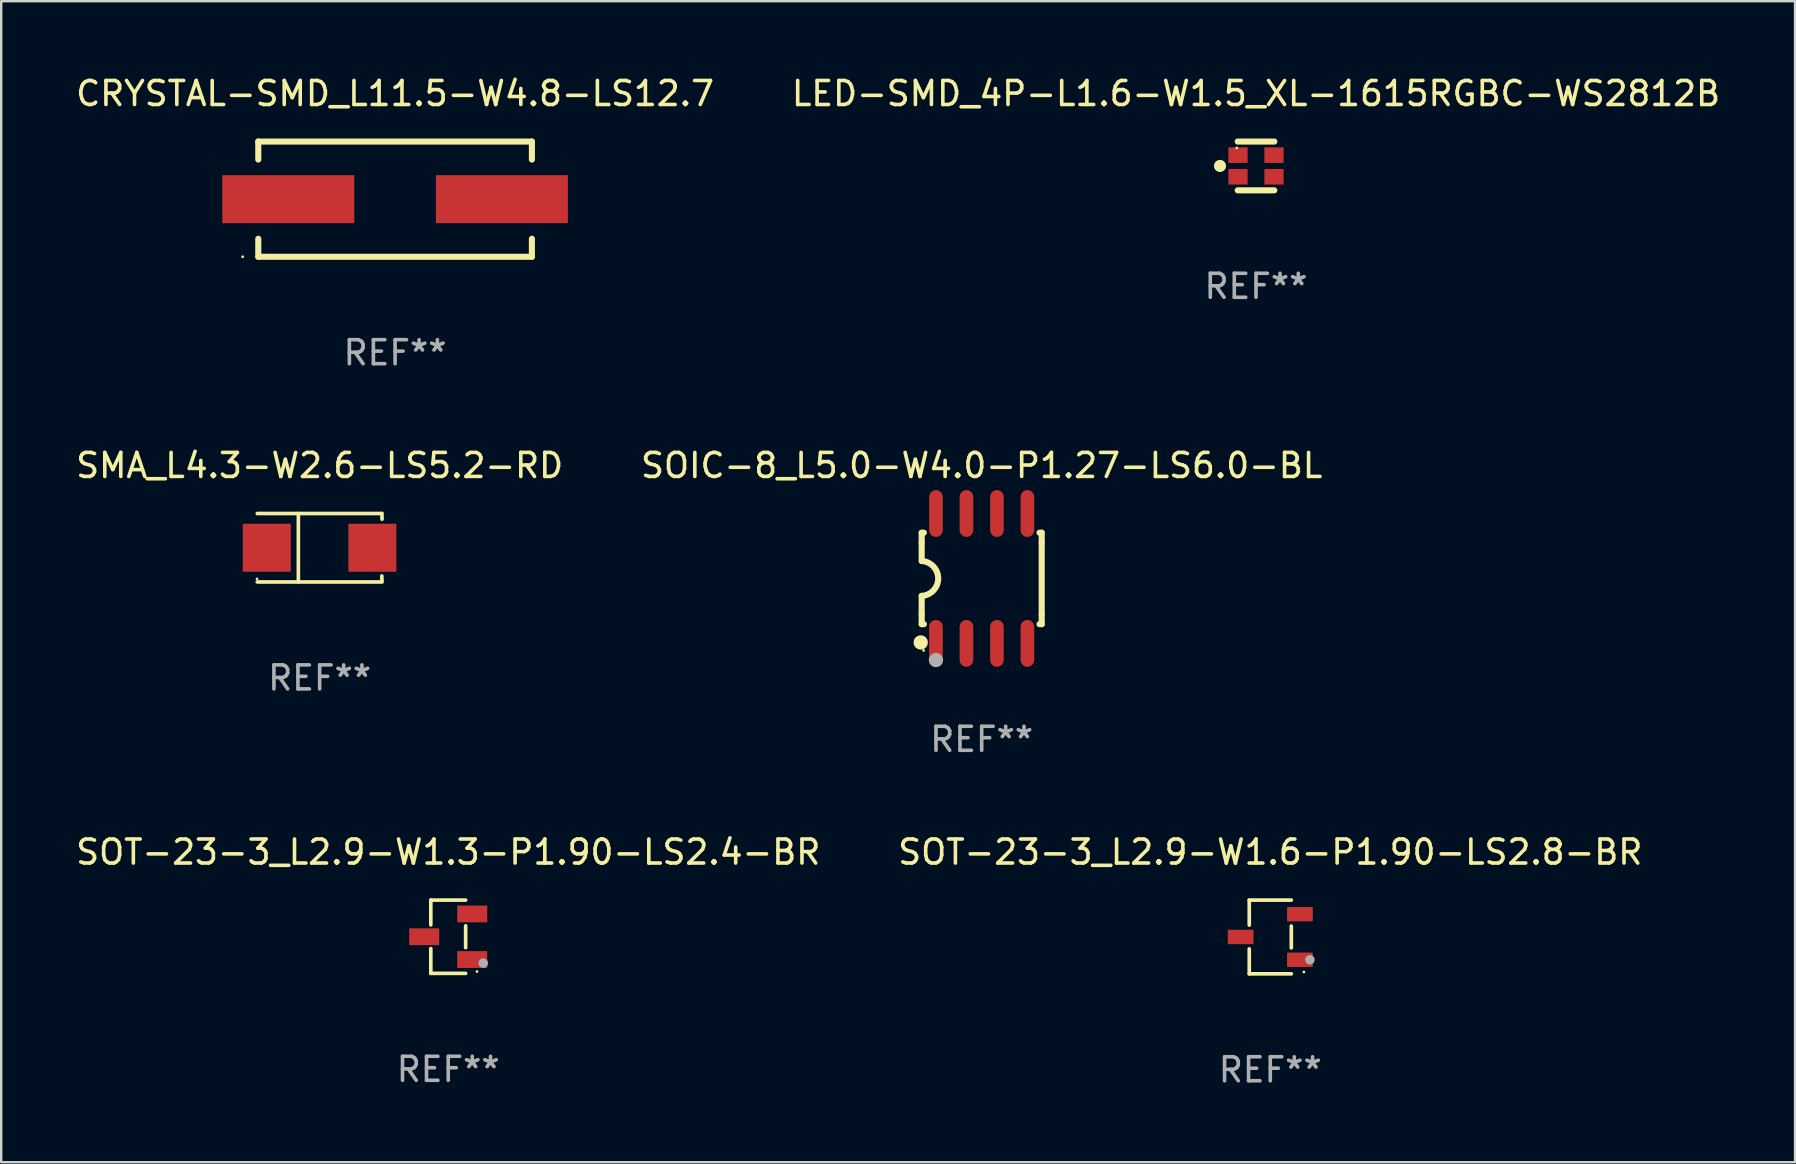
<source format=kicad_pcb>
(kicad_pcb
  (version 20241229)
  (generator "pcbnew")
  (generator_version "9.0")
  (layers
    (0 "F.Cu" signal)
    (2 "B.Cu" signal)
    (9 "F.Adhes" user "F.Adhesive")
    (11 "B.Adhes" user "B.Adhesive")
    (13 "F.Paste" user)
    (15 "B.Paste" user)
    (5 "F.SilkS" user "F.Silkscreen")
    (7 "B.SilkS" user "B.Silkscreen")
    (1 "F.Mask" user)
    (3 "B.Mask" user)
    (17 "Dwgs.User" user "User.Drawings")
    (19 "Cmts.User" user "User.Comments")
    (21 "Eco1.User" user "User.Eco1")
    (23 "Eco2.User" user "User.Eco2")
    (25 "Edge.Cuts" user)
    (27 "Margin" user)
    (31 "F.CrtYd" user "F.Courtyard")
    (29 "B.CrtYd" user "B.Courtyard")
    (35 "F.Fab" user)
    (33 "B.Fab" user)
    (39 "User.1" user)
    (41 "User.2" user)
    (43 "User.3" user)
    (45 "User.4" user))
  (footprint "CRYSTAL-SMD_L11.5-W4.8-LS12.7"
    (layer "F.Cu")
    (at 13.411 5.248)
    (property "Reference" "CRYSTAL-SMD_L11.5-W4.8-LS12.7" (at 0.000051 -4.4 0) (layer "F.SilkS") (effects (font (size 1 1) (thickness 0.15))))
    (attr smd)
    (fp_line (start -5.7 -2.4) (end -5.7 -1.65) (stroke (width 0.254) (type solid)) (layer "F.SilkS"))
    (fp_line (start -5.7 2.4) (end -5.7 1.65) (stroke (width 0.254) (type solid)) (layer "F.SilkS"))
    (fp_line (start 5.7 -2.4) (end -5.7 -2.4) (stroke (width 0.254) (type solid)) (layer "F.SilkS"))
    (fp_line (start 5.7 -1.65) (end 5.7 -2.4) (stroke (width 0.254) (type solid)) (layer "F.SilkS"))
    (fp_line (start 5.7 1.65) (end 5.7 2.4) (stroke (width 0.254) (type solid)) (layer "F.SilkS"))
    (fp_line (start 5.7 2.4) (end -5.7 2.4) (stroke (width 0.254) (type solid)) (layer "F.SilkS"))
    (fp_circle (center -6.35 2.4) (end -6.32 2.4) (stroke (width 0.06) (type solid)) (fill no) (layer "F.SilkS"))
    (fp_text user "REF**" (at 0.000051 6.4 0) (layer "F.Fab") (effects (font (size 1 1) (thickness 0.15))))
    (pad "1" smd rect (at -4.45 0) (size 5.5 2) (layers "F.Cu" "F.Mask" "F.Paste"))
    (pad "2" smd rect (at 4.45 0) (size 5.5 2) (layers "F.Cu" "F.Mask" "F.Paste")))
  (footprint "SOT-23-3_L2.9-W1.3-P1.90-LS2.4-BR"
    (layer "F.Cu")
    (at 15.625 35.978)
    (property "Reference" "SOT-23-3_L2.9-W1.3-P1.90-LS2.4-BR" (at 0 -3.526 0) (layer "F.SilkS") (effects (font (size 1 1) (thickness 0.15))))
    (attr smd)
    (fp_line (start -0.726 -1.526) (end -0.726 -0.495) (stroke (width 0.152) (type solid)) (layer "F.SilkS"))
    (fp_line (start -0.726 1.526) (end -0.726 0.495) (stroke (width 0.152) (type solid)) (layer "F.SilkS"))
    (fp_line (start 0.726 -1.526) (end -0.726 -1.526) (stroke (width 0.152) (type solid)) (layer "F.SilkS"))
    (fp_line (start 0.726 -0.455) (end 0.726 0.455) (stroke (width 0.152) (type solid)) (layer "F.SilkS"))
    (fp_line (start 0.726 1.526) (end -0.726 1.526) (stroke (width 0.152) (type solid)) (layer "F.SilkS"))
    (fp_circle (center 1.2 1.45) (end 1.23 1.45) (stroke (width 0.06) (type solid)) (fill no) (layer "F.SilkS"))
    (fp_circle (center 1.46 1.1) (end 1.56 1.1) (stroke (width 0.2) (type solid)) (fill no) (layer "F.Fab"))
    (fp_text user "REF**" (at 0 5.526 0) (layer "F.Fab") (effects (font (size 1 1) (thickness 0.15))))
    (pad "1" smd rect (at 1 0.95) (size 1.25 0.7) (layers "F.Cu" "F.Mask" "F.Paste"))
    (pad "2" smd rect (at 1 -0.95) (size 1.25 0.7) (layers "F.Cu" "F.Mask" "F.Paste"))
    (pad "3" smd rect (at -1 0) (size 1.25 0.7) (layers "F.Cu" "F.Mask" "F.Paste")))
  (footprint "LED-SMD_4P-L1.6-W1.5_XL-1615RGBC-WS2812B"
    (layer "F.Cu")
    (at 49.28 3.864)
    (property "Reference" "LED-SMD_4P-L1.6-W1.5_XL-1615RGBC-WS2812B" (at 0 -3.016 0) (layer "F.SilkS") (effects (font (size 1 1) (thickness 0.15))))
    (attr smd)
    (fp_line (start -0.762 1.016) (end 0.762 1.016) (stroke (width 0.254) (type solid)) (layer "F.SilkS"))
    (fp_line (start 0.762 -1.016) (end -0.762 -1.016) (stroke (width 0.254) (type solid)) (layer "F.SilkS"))
    (fp_circle (center -1.5 0) (end -1.373 0) (stroke (width 0.254) (type solid)) (fill no) (layer "F.SilkS"))
    (fp_circle (center -0.8 -0.75) (end -0.77 -0.75) (stroke (width 0.06) (type solid)) (fill no) (layer "F.SilkS"))
    (fp_text user "REF**" (at 0 5.016 0) (layer "F.Fab") (effects (font (size 1 1) (thickness 0.15))))
    (pad "1" smd rect (at -0.75 -0.45 180) (size 0.8 0.65) (layers "F.Cu" "F.Mask" "F.Paste"))
    (pad "2" smd rect (at 0.75 -0.45 180) (size 0.8 0.65) (layers "F.Cu" "F.Mask" "F.Paste"))
    (pad "3" smd rect (at -0.75 0.45 180) (size 0.8 0.65) (layers "F.Cu" "F.Mask" "F.Paste"))
    (pad "4" smd rect (at 0.75 0.45 180) (size 0.8 0.65) (layers "F.Cu" "F.Mask" "F.Paste")))
  (footprint "SOT-23-3_L2.9-W1.6-P1.90-LS2.8-BR"
    (layer "F.Cu")
    (at 49.875 35.988)
    (property "Reference" "SOT-23-3_L2.9-W1.6-P1.90-LS2.8-BR" (at 0 -3.536 0) (layer "F.SilkS") (effects (font (size 1 1) (thickness 0.15))))
    (attr smd)
    (fp_line (start -0.876 -1.536) (end -0.876 -0.495) (stroke (width 0.152) (type solid)) (layer "F.SilkS"))
    (fp_line (start -0.876 1.536) (end -0.876 0.495) (stroke (width 0.152) (type solid)) (layer "F.SilkS"))
    (fp_line (start 0.876 -1.536) (end -0.876 -1.536) (stroke (width 0.152) (type solid)) (layer "F.SilkS"))
    (fp_line (start 0.876 -0.455) (end 0.876 0.455) (stroke (width 0.152) (type solid)) (layer "F.SilkS"))
    (fp_line (start 0.876 1.536) (end -0.876 1.536) (stroke (width 0.152) (type solid)) (layer "F.SilkS"))
    (fp_circle (center 1.4 1.46) (end 1.43 1.46) (stroke (width 0.06) (type solid)) (fill no) (layer "F.SilkS"))
    (fp_circle (center 1.651 0.95) (end 1.751 0.95) (stroke (width 0.2) (type solid)) (fill no) (layer "F.Fab"))
    (fp_text user "REF**" (at 0 5.536 0) (layer "F.Fab") (effects (font (size 1 1) (thickness 0.15))))
    (pad "1" smd rect (at 1.235 0.95) (size 1.07 0.6) (layers "F.Cu" "F.Mask" "F.Paste"))
    (pad "2" smd rect (at 1.235 -0.95) (size 1.07 0.6) (layers "F.Cu" "F.Mask" "F.Paste"))
    (pad "3" smd rect (at -1.235 0) (size 1.07 0.6) (layers "F.Cu" "F.Mask" "F.Paste")))
  (footprint "SOIC-8_L5.0-W4.0-P1.27-LS6.0-BL"
    (layer "F.Cu")
    (at 37.851 21.05)
    (property "Reference" "SOIC-8_L5.0-W4.0-P1.27-LS6.0-BL" (at 0 -4.705 0) (layer "F.SilkS") (effects (font (size 1 1) (thickness 0.15))))
    (attr smd)
    (fp_line (start -2.5 -1.905) (end -2.409 -1.905) (stroke (width 0.254) (type solid)) (layer "F.SilkS"))
    (fp_line (start -2.5 -1.5) (end -2.5 -1.905) (stroke (width 0.254) (type solid)) (layer "F.SilkS"))
    (fp_line (start -2.5 -1.5) (end -2.5 -0.726) (stroke (width 0.254) (type solid)) (layer "F.SilkS"))
    (fp_line (start -2.5 1.5) (end -2.5 0.727) (stroke (width 0.254) (type solid)) (layer "F.SilkS"))
    (fp_line (start -2.5 1.5) (end -2.5 1.905) (stroke (width 0.254) (type solid)) (layer "F.SilkS"))
    (fp_line (start -2.5 1.905) (end -2.409 1.905) (stroke (width 0.254) (type solid)) (layer "F.SilkS"))
    (fp_line (start 2.5 -1.905) (end 2.409 -1.905) (stroke (width 0.254) (type solid)) (layer "F.SilkS"))
    (fp_line (start 2.5 -1.5) (end 2.5 -1.905) (stroke (width 0.254) (type solid)) (layer "F.SilkS"))
    (fp_line (start 2.5 -1.5) (end 2.5 1.5) (stroke (width 0.254) (type solid)) (layer "F.SilkS"))
    (fp_line (start 2.5 1.5) (end 2.5 1.905) (stroke (width 0.254) (type solid)) (layer "F.SilkS"))
    (fp_line (start 2.5 1.905) (end 2.409 1.905) (stroke (width 0.254) (type solid)) (layer "F.SilkS"))
    (fp_arc (start -2.495098 -0.726289) (mid -1.812145 0.002452) (end -2.499999 0.726568) (stroke (width 0.254001) (type solid)) (layer "F.SilkS"))
    (fp_circle (center -2.54 2.667) (end -2.39 2.667) (stroke (width 0.3) (type solid)) (fill no) (layer "F.SilkS"))
    (fp_circle (center -2.42 3) (end -2.39 3) (stroke (width 0.06) (type solid)) (fill no) (layer "F.SilkS"))
    (fp_circle (center -1.905 3.4) (end -1.755 3.4) (stroke (width 0.3) (type solid)) (fill no) (layer "F.Fab"))
    (fp_text user "REF**" (at 0 6.705 0) (layer "F.Fab") (effects (font (size 1 1) (thickness 0.15))))
    (pad "1" smd oval (at -1.905 2.705) (size 0.568 1.95) (layers "F.Cu" "F.Mask" "F.Paste"))
    (pad "2" smd oval (at -0.635 2.705) (size 0.568 1.95) (layers "F.Cu" "F.Mask" "F.Paste"))
    (pad "3" smd oval (at 0.635 2.705) (size 0.568 1.95) (layers "F.Cu" "F.Mask" "F.Paste"))
    (pad "4" smd oval (at 1.905 2.705) (size 0.568 1.95) (layers "F.Cu" "F.Mask" "F.Paste"))
    (pad "5" smd oval (at 1.905 -2.705) (size 0.568 1.95) (layers "F.Cu" "F.Mask" "F.Paste"))
    (pad "6" smd oval (at 0.635 -2.705) (size 0.568 1.95) (layers "F.Cu" "F.Mask" "F.Paste"))
    (pad "7" smd oval (at -0.635 -2.705) (size 0.568 1.95) (layers "F.Cu" "F.Mask" "F.Paste"))
    (pad "8" smd oval (at -1.905 -2.705) (size 0.568 1.95) (layers "F.Cu" "F.Mask" "F.Paste")))
  (footprint "SMA_L4.3-W2.6-LS5.2-RD"
    (layer "F.Cu")
    (at 10.265 19.771)
    (property "Reference" "SMA_L4.3-W2.6-LS5.2-RD" (at 0.003 -3.426 0) (layer "F.SilkS") (effects (font (size 1 1) (thickness 0.15))))
    (attr smd)
    (fp_line (start -2.596 -1.426) (end 2.596 -1.426) (stroke (width 0.152) (type solid)) (layer "F.SilkS"))
    (fp_line (start -2.596 1.426) (end 2.596 1.426) (stroke (width 0.152) (type solid)) (layer "F.SilkS"))
    (fp_line (start -0.884 -1.426) (end -0.884 1.426) (stroke (width 0.152) (type solid)) (layer "F.SilkS"))
    (fp_line (start 2.593 1.176) (end 2.6 1.415) (stroke (width 0.152) (type solid)) (layer "F.SilkS"))
    (fp_line (start 2.596 -1.426) (end 2.603 -1.187) (stroke (width 0.152) (type solid)) (layer "F.SilkS"))
    (fp_circle (center -2.605 1.3) (end -2.575 1.3) (stroke (width 0.06) (type solid)) (fill no) (layer "F.SilkS"))
    (fp_text user "REF**" (at 0.003 5.426 0) (layer "F.Fab") (effects (font (size 1 1) (thickness 0.15))))
    (pad "1" smd rect (at -2.2 0 180) (size 2 2) (layers "F.Cu" "F.Mask" "F.Paste"))
    (pad "2" smd rect (at 2.2 0 180) (size 2 2) (layers "F.Cu" "F.Mask" "F.Paste")))
  (gr_rect
    (start -3 -3)
    (end 71.738 45.372)
    (stroke (width 0.1) (type default))
    (fill no)
    (layer "Edge.Cuts")))
</source>
